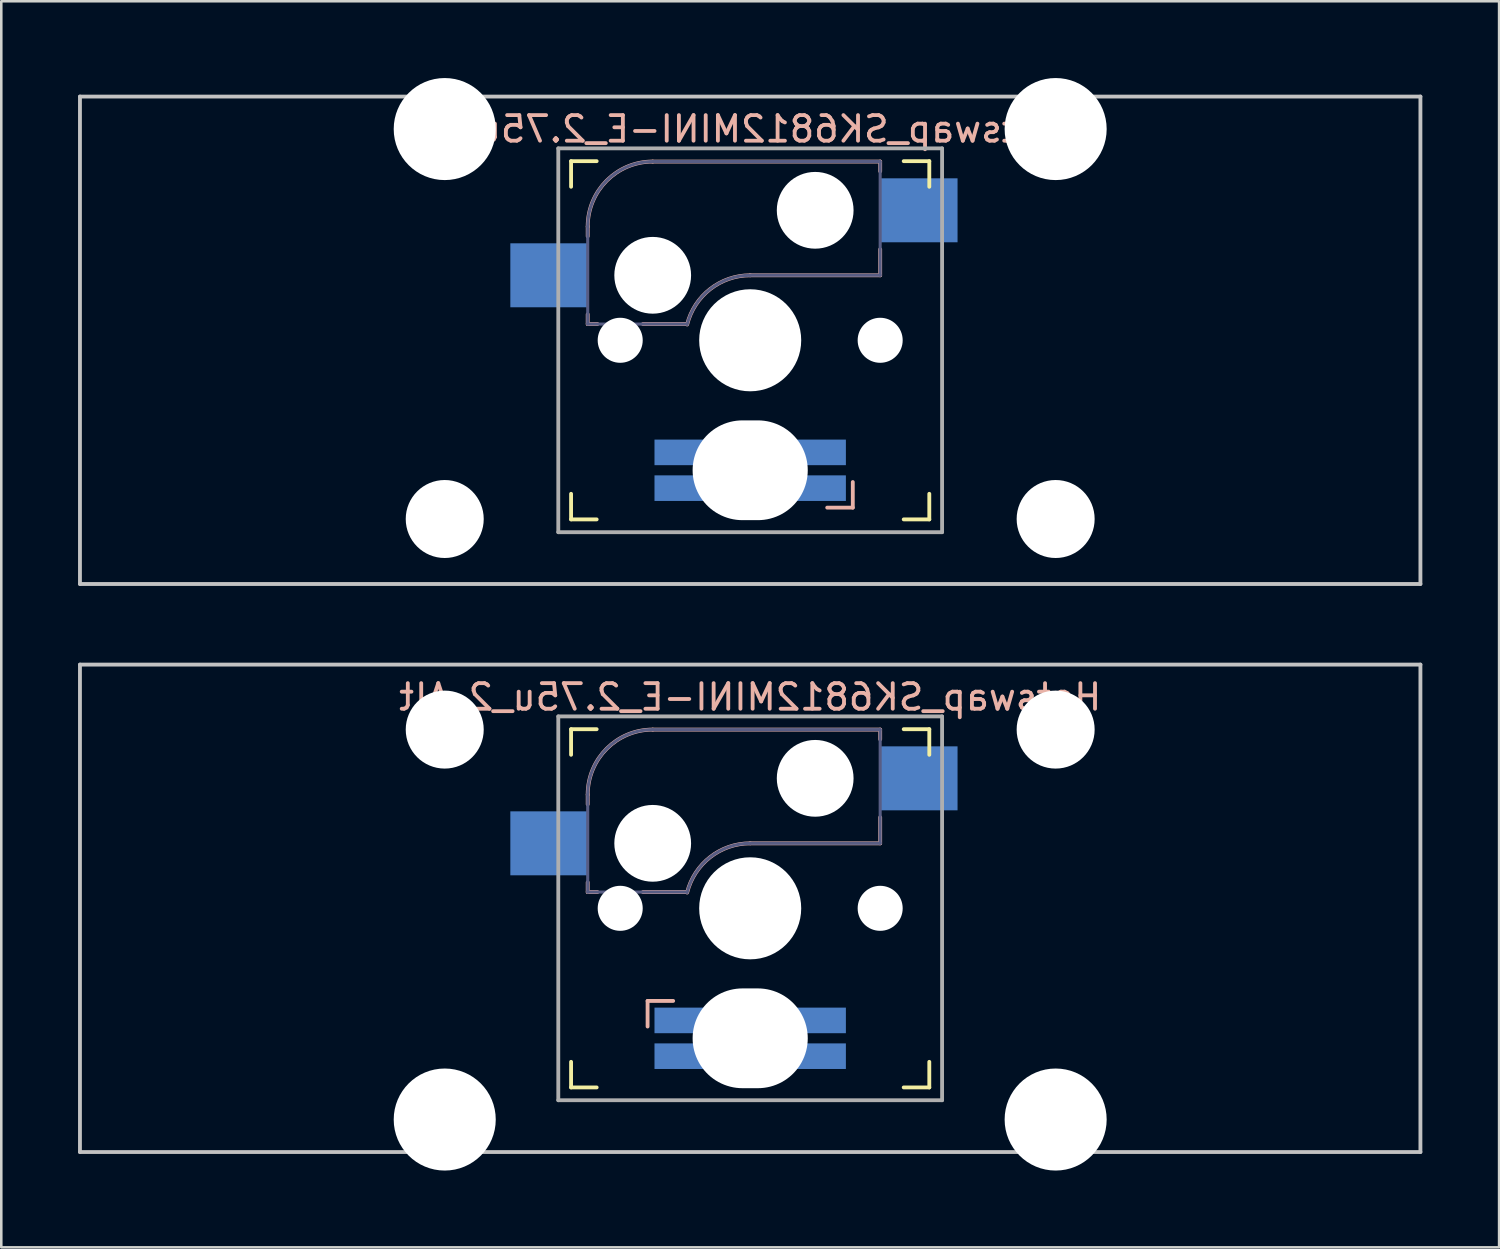
<source format=kicad_pcb>
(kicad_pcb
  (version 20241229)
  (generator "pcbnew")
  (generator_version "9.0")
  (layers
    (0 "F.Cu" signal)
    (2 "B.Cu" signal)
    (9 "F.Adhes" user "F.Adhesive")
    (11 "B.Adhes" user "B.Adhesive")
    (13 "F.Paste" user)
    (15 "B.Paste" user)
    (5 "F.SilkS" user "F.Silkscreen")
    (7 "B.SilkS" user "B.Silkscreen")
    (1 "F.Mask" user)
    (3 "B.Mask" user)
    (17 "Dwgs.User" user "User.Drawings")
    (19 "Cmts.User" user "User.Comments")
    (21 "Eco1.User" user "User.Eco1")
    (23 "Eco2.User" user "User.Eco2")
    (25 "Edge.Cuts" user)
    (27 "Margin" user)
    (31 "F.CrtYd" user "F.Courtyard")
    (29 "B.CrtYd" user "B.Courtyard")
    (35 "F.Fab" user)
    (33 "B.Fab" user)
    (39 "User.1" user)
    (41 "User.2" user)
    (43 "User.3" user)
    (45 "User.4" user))
  (footprint "Hotswap_SK6812MINI-E_2.75u_2_Alt"
    (layer "F.Cu")
    (at 26.269 32.449)
    (property "Reference" "Hotswap_SK6812MINI-E_2.75u_2_Alt" (at 0 -8.255 0) (layer "B.SilkS") (effects (font (size 1 1) (thickness 0.15)) (justify mirror)))
    (attr through_hole)
    (fp_line (start -7 -6) (end -7 -7) (stroke (width 0.15) (type solid)) (layer "F.SilkS"))
    (fp_line (start -7 7) (end -7 6) (stroke (width 0.15) (type solid)) (layer "F.SilkS"))
    (fp_line (start -7 7) (end -6 7) (stroke (width 0.15) (type solid)) (layer "F.SilkS"))
    (fp_line (start -6 -7) (end -7 -7) (stroke (width 0.15) (type solid)) (layer "F.SilkS"))
    (fp_line (start 6 7) (end 7 7) (stroke (width 0.15) (type solid)) (layer "F.SilkS"))
    (fp_line (start 7 -7) (end 6 -7) (stroke (width 0.15) (type solid)) (layer "F.SilkS"))
    (fp_line (start 7 -7) (end 7 -6) (stroke (width 0.15) (type solid)) (layer "F.SilkS"))
    (fp_line (start 7 6) (end 7 7) (stroke (width 0.15) (type solid)) (layer "F.SilkS"))
    (fp_line (start -6.35 -4.445) (end -6.35 -4.064) (stroke (width 0.15) (type solid)) (layer "B.SilkS"))
    (fp_line (start -6.35 -1.016) (end -6.35 -0.635) (stroke (width 0.15) (type solid)) (layer "B.SilkS"))
    (fp_line (start -6.35 -0.635) (end -5.969 -0.635) (stroke (width 0.15) (type solid)) (layer "B.SilkS"))
    (fp_line (start -4.191 -0.635) (end -2.54 -0.635) (stroke (width 0.15) (type solid)) (layer "B.SilkS"))
    (fp_line (start -4.01 4.62) (end -4.01 3.619) (stroke (width 0.15) (type solid)) (layer "B.SilkS"))
    (fp_line (start -3.01 3.619) (end -4.01 3.619) (stroke (width 0.15) (type solid)) (layer "B.SilkS"))
    (fp_line (start 0 -2.54) (end 5.08 -2.54) (stroke (width 0.15) (type solid)) (layer "B.SilkS"))
    (fp_line (start 5.08 -6.985) (end -3.81 -6.985) (stroke (width 0.15) (type solid)) (layer "B.SilkS"))
    (fp_line (start 5.08 -6.604) (end 5.08 -6.985) (stroke (width 0.15) (type solid)) (layer "B.SilkS"))
    (fp_line (start 5.08 -2.54) (end 5.08 -3.556) (stroke (width 0.15) (type solid)) (layer "B.SilkS"))
    (fp_arc (start -6.35 -4.445) (mid -5.606051 -6.241051) (end -3.81 -6.985) (stroke (width 0.15) (type solid)) (layer "B.SilkS"))
    (fp_arc (start -2.464162 -0.61604) (mid -1.563147 -2.002042) (end 0 -2.54) (stroke (width 0.15) (type solid)) (layer "B.SilkS"))
    (fp_line (start -26.194 -9.525) (end 26.194 -9.525) (stroke (width 0.15) (type solid)) (layer "Dwgs.User"))
    (fp_line (start -26.194 9.525) (end -26.194 -9.525) (stroke (width 0.15) (type solid)) (layer "Dwgs.User"))
    (fp_line (start -26.194 9.525) (end 26.194 9.525) (stroke (width 0.15) (type solid)) (layer "Dwgs.User"))
    (fp_line (start 26.194 -9.525) (end 26.194 9.525) (stroke (width 0.15) (type solid)) (layer "Dwgs.User"))
    (fp_line (start -13.589 -5.334) (end -13.589 6.096) (stroke (width 0.152) (type solid)) (layer "Eco2.User"))
    (fp_line (start -13.589 6.096) (end -10.287 6.096) (stroke (width 0.152) (type solid)) (layer "Eco2.User"))
    (fp_line (start -10.287 -5.334) (end -13.589 -5.334) (stroke (width 0.152) (type solid)) (layer "Eco2.User"))
    (fp_line (start -10.287 6.096) (end -10.287 -5.334) (stroke (width 0.152) (type solid)) (layer "Eco2.User"))
    (fp_line (start -6.9 6.9) (end -6.9 -6.9) (stroke (width 0.15) (type solid)) (layer "Eco2.User"))
    (fp_line (start -6.9 6.9) (end 6.9 6.9) (stroke (width 0.15) (type solid)) (layer "Eco2.User"))
    (fp_line (start 6.9 -6.9) (end -6.9 -6.9) (stroke (width 0.15) (type solid)) (layer "Eco2.User"))
    (fp_line (start 6.9 -6.9) (end 6.9 6.9) (stroke (width 0.15) (type solid)) (layer "Eco2.User"))
    (fp_line (start 10.287 -5.334) (end 10.287 6.096) (stroke (width 0.152) (type solid)) (layer "Eco2.User"))
    (fp_line (start 10.287 6.096) (end 13.589 6.096) (stroke (width 0.152) (type solid)) (layer "Eco2.User"))
    (fp_line (start 13.589 -5.334) (end 10.287 -5.334) (stroke (width 0.152) (type solid)) (layer "Eco2.User"))
    (fp_line (start 13.589 6.096) (end 13.589 -5.334) (stroke (width 0.152) (type solid)) (layer "Eco2.User"))
    (fp_line (start -6.35 -4.445) (end -6.35 -0.635) (stroke (width 0.12) (type solid)) (layer "B.Fab"))
    (fp_line (start -6.35 -0.635) (end -2.54 -0.635) (stroke (width 0.12) (type solid)) (layer "B.Fab"))
    (fp_line (start 0 -2.54) (end 5.08 -2.54) (stroke (width 0.12) (type solid)) (layer "B.Fab"))
    (fp_line (start 5.08 -6.985) (end -3.81 -6.985) (stroke (width 0.12) (type solid)) (layer "B.Fab"))
    (fp_line (start 5.08 -2.54) (end 5.08 -6.985) (stroke (width 0.12) (type solid)) (layer "B.Fab"))
    (fp_arc (start -6.35 -4.445) (mid -5.606051 -6.241051) (end -3.81 -6.985) (stroke (width 0.12) (type solid)) (layer "B.Fab"))
    (fp_arc (start -2.464162 -0.61604) (mid -1.563147 -2.002042) (end 0 -2.54) (stroke (width 0.12) (type solid)) (layer "B.Fab"))
    (fp_line (start -7.5 -7.5) (end 7.5 -7.5) (stroke (width 0.15) (type solid)) (layer "F.Fab"))
    (fp_line (start -7.5 7.5) (end -7.5 -7.5) (stroke (width 0.15) (type solid)) (layer "F.Fab"))
    (fp_line (start 7.5 -7.5) (end 7.5 7.5) (stroke (width 0.15) (type solid)) (layer "F.Fab"))
    (fp_line (start 7.5 7.5) (end -7.5 7.5) (stroke (width 0.15) (type solid)) (layer "F.Fab"))
    (pad "" np_thru_hole circle (at -11.938 -6.985) (size 3.048 3.048) (drill 3.048) (layers "*.Cu" "*.Mask"))
    (pad "" np_thru_hole circle (at -11.938 8.255) (size 3.988 3.988) (drill 3.988) (layers "*.Cu" "*.Mask"))
    (pad "" np_thru_hole circle (at -5.08 0 180) (size 1.76 1.76) (drill 1.76) (layers "*.Cu" "*.Mask"))
    (pad "" np_thru_hole circle (at -3.81 -2.54 180) (size 3 3) (drill 3) (layers "*.Cu" "*.Mask"))
    (pad "" np_thru_hole circle (at 0 0 180) (size 3.988 3.988) (drill 3.988) (layers "*.Cu" "*.Mask"))
    (pad "" np_thru_hole oval (at 0 5.08 180) (size 4.5 3.9) (drill oval 4.5 3.9) (layers "*.Cu" "*.Mask"))
    (pad "" np_thru_hole circle (at 2.54 -5.08 180) (size 3 3) (drill 3) (layers "*.Cu" "*.Mask"))
    (pad "" np_thru_hole circle (at 5.08 0 180) (size 1.76 1.76) (drill 1.76) (layers "*.Cu" "*.Mask"))
    (pad "" np_thru_hole circle (at 11.938 -6.985) (size 3.048 3.048) (drill 3.048) (layers "*.Cu" "*.Mask"))
    (pad "" np_thru_hole circle (at 11.938 8.255) (size 3.988 3.988) (drill 3.988) (layers "*.Cu" "*.Mask"))
    (pad "1" smd rect (at -7.874 -2.54 180) (size 3 2.5) (layers "B.Cu" "B.Mask"))
    (pad "2" smd rect (at 6.604 -5.08 180) (size 3 2.5) (layers "B.Cu" "B.Mask"))
    (pad "DIN" smd rect (at -2.74 5.779 270) (size 1 2) (layers "B.Cu" "B.Mask"))
    (pad "DOUT" smd rect (at 2.74 4.381 270) (size 1 2) (layers "B.Cu" "B.Mask"))
    (pad "GND" smd rect (at -2.74 4.381 270) (size 1 2) (layers "B.Cu" "B.Mask"))
    (pad "VDD" smd rect (at 2.74 5.779 270) (size 1 2) (layers "B.Cu" "B.Mask")))
  (footprint "Hotswap_SK6812MINI-E_2.75u_1"
    (layer "F.Cu")
    (at 26.269 10.249)
    (property "Reference" "Hotswap_SK6812MINI-E_2.75u_1" (at 0 -8.255 0) (layer "B.SilkS") (effects (font (size 1 1) (thickness 0.15)) (justify mirror)))
    (attr through_hole)
    (fp_line (start -7 -6) (end -7 -7) (stroke (width 0.15) (type solid)) (layer "F.SilkS"))
    (fp_line (start -7 7) (end -7 6) (stroke (width 0.15) (type solid)) (layer "F.SilkS"))
    (fp_line (start -7 7) (end -6 7) (stroke (width 0.15) (type solid)) (layer "F.SilkS"))
    (fp_line (start -6 -7) (end -7 -7) (stroke (width 0.15) (type solid)) (layer "F.SilkS"))
    (fp_line (start 6 7) (end 7 7) (stroke (width 0.15) (type solid)) (layer "F.SilkS"))
    (fp_line (start 7 -7) (end 6 -7) (stroke (width 0.15) (type solid)) (layer "F.SilkS"))
    (fp_line (start 7 -7) (end 7 -6) (stroke (width 0.15) (type solid)) (layer "F.SilkS"))
    (fp_line (start 7 6) (end 7 7) (stroke (width 0.15) (type solid)) (layer "F.SilkS"))
    (fp_line (start -6.35 -4.445) (end -6.35 -4.064) (stroke (width 0.15) (type solid)) (layer "B.SilkS"))
    (fp_line (start -6.35 -1.016) (end -6.35 -0.635) (stroke (width 0.15) (type solid)) (layer "B.SilkS"))
    (fp_line (start -6.35 -0.635) (end -5.969 -0.635) (stroke (width 0.15) (type solid)) (layer "B.SilkS"))
    (fp_line (start -4.191 -0.635) (end -2.54 -0.635) (stroke (width 0.15) (type solid)) (layer "B.SilkS"))
    (fp_line (start 0 -2.54) (end 5.08 -2.54) (stroke (width 0.15) (type solid)) (layer "B.SilkS"))
    (fp_line (start 3.01 6.54) (end 4.01 6.54) (stroke (width 0.15) (type solid)) (layer "B.SilkS"))
    (fp_line (start 4.01 5.54) (end 4.01 6.54) (stroke (width 0.15) (type solid)) (layer "B.SilkS"))
    (fp_line (start 5.08 -6.985) (end -3.81 -6.985) (stroke (width 0.15) (type solid)) (layer "B.SilkS"))
    (fp_line (start 5.08 -6.604) (end 5.08 -6.985) (stroke (width 0.15) (type solid)) (layer "B.SilkS"))
    (fp_line (start 5.08 -2.54) (end 5.08 -3.556) (stroke (width 0.15) (type solid)) (layer "B.SilkS"))
    (fp_arc (start -6.35 -4.445) (mid -5.606051 -6.241051) (end -3.81 -6.985) (stroke (width 0.15) (type solid)) (layer "B.SilkS"))
    (fp_arc (start -2.464162 -0.61604) (mid -1.563147 -2.002042) (end 0 -2.54) (stroke (width 0.15) (type solid)) (layer "B.SilkS"))
    (fp_line (start -26.194 -9.525) (end 26.194 -9.525) (stroke (width 0.15) (type solid)) (layer "Dwgs.User"))
    (fp_line (start -26.194 9.525) (end -26.194 -9.525) (stroke (width 0.15) (type solid)) (layer "Dwgs.User"))
    (fp_line (start 26.194 -9.525) (end 26.194 9.525) (stroke (width 0.15) (type solid)) (layer "Dwgs.User"))
    (fp_line (start 26.194 9.525) (end -26.194 9.525) (stroke (width 0.15) (type solid)) (layer "Dwgs.User"))
    (fp_line (start -13.589 -6.096) (end -13.589 5.334) (stroke (width 0.152) (type solid)) (layer "Eco2.User"))
    (fp_line (start -13.589 5.334) (end -10.287 5.334) (stroke (width 0.152) (type solid)) (layer "Eco2.User"))
    (fp_line (start -10.287 -6.096) (end -13.589 -6.096) (stroke (width 0.152) (type solid)) (layer "Eco2.User"))
    (fp_line (start -10.287 5.334) (end -10.287 -6.096) (stroke (width 0.152) (type solid)) (layer "Eco2.User"))
    (fp_line (start -6.9 6.9) (end -6.9 -6.9) (stroke (width 0.15) (type solid)) (layer "Eco2.User"))
    (fp_line (start -6.9 6.9) (end 6.9 6.9) (stroke (width 0.15) (type solid)) (layer "Eco2.User"))
    (fp_line (start 6.9 -6.9) (end -6.9 -6.9) (stroke (width 0.15) (type solid)) (layer "Eco2.User"))
    (fp_line (start 6.9 -6.9) (end 6.9 6.9) (stroke (width 0.15) (type solid)) (layer "Eco2.User"))
    (fp_line (start 10.287 -6.096) (end 10.287 5.334) (stroke (width 0.152) (type solid)) (layer "Eco2.User"))
    (fp_line (start 10.287 5.334) (end 13.589 5.334) (stroke (width 0.152) (type solid)) (layer "Eco2.User"))
    (fp_line (start 13.589 -6.096) (end 10.287 -6.096) (stroke (width 0.152) (type solid)) (layer "Eco2.User"))
    (fp_line (start 13.589 5.334) (end 13.589 -6.096) (stroke (width 0.152) (type solid)) (layer "Eco2.User"))
    (fp_line (start -6.35 -4.445) (end -6.35 -0.635) (stroke (width 0.12) (type solid)) (layer "B.Fab"))
    (fp_line (start -6.35 -0.635) (end -2.54 -0.635) (stroke (width 0.12) (type solid)) (layer "B.Fab"))
    (fp_line (start 0 -2.54) (end 5.08 -2.54) (stroke (width 0.12) (type solid)) (layer "B.Fab"))
    (fp_line (start 5.08 -6.985) (end -3.81 -6.985) (stroke (width 0.12) (type solid)) (layer "B.Fab"))
    (fp_line (start 5.08 -2.54) (end 5.08 -6.985) (stroke (width 0.12) (type solid)) (layer "B.Fab"))
    (fp_arc (start -6.35 -4.445) (mid -5.606051 -6.241051) (end -3.81 -6.985) (stroke (width 0.12) (type solid)) (layer "B.Fab"))
    (fp_arc (start -2.464162 -0.61604) (mid -1.563147 -2.002042) (end 0 -2.54) (stroke (width 0.12) (type solid)) (layer "B.Fab"))
    (fp_line (start -7.5 -7.5) (end 7.5 -7.5) (stroke (width 0.15) (type solid)) (layer "F.Fab"))
    (fp_line (start -7.5 7.5) (end -7.5 -7.5) (stroke (width 0.15) (type solid)) (layer "F.Fab"))
    (fp_line (start 7.5 -7.5) (end 7.5 7.5) (stroke (width 0.15) (type solid)) (layer "F.Fab"))
    (fp_line (start 7.5 7.5) (end -7.5 7.5) (stroke (width 0.15) (type solid)) (layer "F.Fab"))
    (pad "" np_thru_hole circle (at -11.938 -8.255 180) (size 3.988 3.988) (drill 3.988) (layers "*.Cu" "*.Mask"))
    (pad "" np_thru_hole circle (at -11.938 6.985 180) (size 3.048 3.048) (drill 3.048) (layers "*.Cu" "*.Mask"))
    (pad "" np_thru_hole circle (at -5.08 0 180) (size 1.76 1.76) (drill 1.76) (layers "*.Cu" "*.Mask"))
    (pad "" np_thru_hole circle (at -3.81 -2.54 180) (size 3 3) (drill 3) (layers "*.Cu" "*.Mask"))
    (pad "" np_thru_hole circle (at 0 0 180) (size 3.988 3.988) (drill 3.988) (layers "*.Cu" "*.Mask"))
    (pad "" np_thru_hole oval (at 0 5.08 180) (size 4.5 3.9) (drill oval 4.5 3.9) (layers "*.Cu" "*.Mask"))
    (pad "" np_thru_hole circle (at 2.54 -5.08 180) (size 3 3) (drill 3) (layers "*.Cu" "*.Mask"))
    (pad "" np_thru_hole circle (at 5.08 0 180) (size 1.76 1.76) (drill 1.76) (layers "*.Cu" "*.Mask"))
    (pad "" np_thru_hole circle (at 11.938 -8.255 180) (size 3.988 3.988) (drill 3.988) (layers "*.Cu" "*.Mask"))
    (pad "" np_thru_hole circle (at 11.938 6.985 180) (size 3.048 3.048) (drill 3.048) (layers "*.Cu" "*.Mask"))
    (pad "1" smd rect (at -7.874 -2.54 180) (size 3 2.5) (layers "B.Cu" "B.Mask"))
    (pad "2" smd rect (at 6.604 -5.08 180) (size 3 2.5) (layers "B.Cu" "B.Mask"))
    (pad "DIN" smd rect (at 2.74 4.381 270) (size 1 2) (layers "B.Cu" "B.Mask"))
    (pad "DOUT" smd rect (at -2.74 5.779 270) (size 1 2) (layers "B.Cu" "B.Mask"))
    (pad "GND" smd rect (at 2.74 5.779 270) (size 1 2) (layers "B.Cu" "B.Mask"))
    (pad "VDD" smd rect (at -2.74 4.381 270) (size 1 2) (layers "B.Cu" "B.Mask")))
  (gr_rect
    (start -3 -3)
    (end 55.538 45.698)
    (stroke (width 0.1) (type default))
    (fill no)
    (layer "Edge.Cuts")))
</source>
